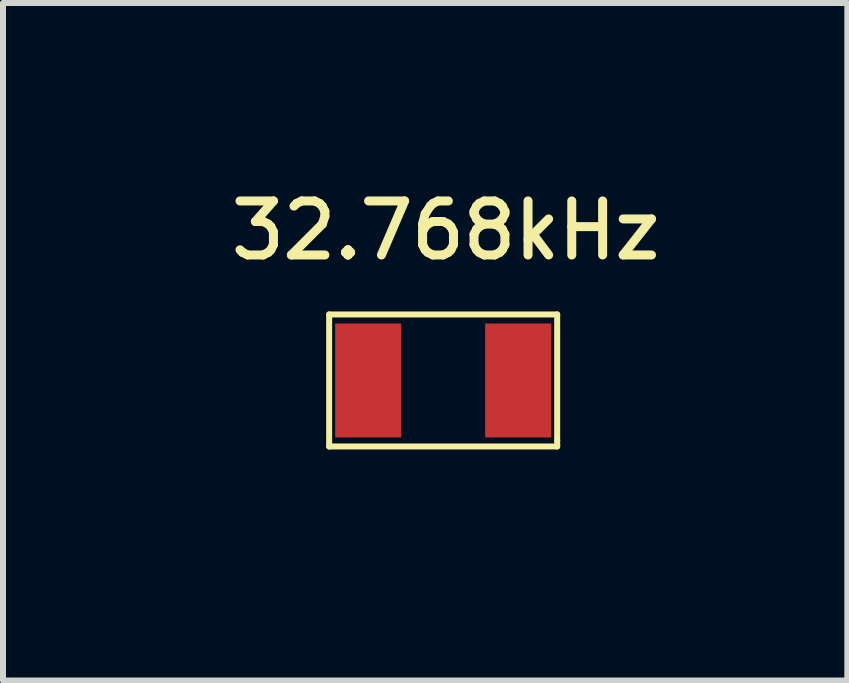
<source format=kicad_pcb>
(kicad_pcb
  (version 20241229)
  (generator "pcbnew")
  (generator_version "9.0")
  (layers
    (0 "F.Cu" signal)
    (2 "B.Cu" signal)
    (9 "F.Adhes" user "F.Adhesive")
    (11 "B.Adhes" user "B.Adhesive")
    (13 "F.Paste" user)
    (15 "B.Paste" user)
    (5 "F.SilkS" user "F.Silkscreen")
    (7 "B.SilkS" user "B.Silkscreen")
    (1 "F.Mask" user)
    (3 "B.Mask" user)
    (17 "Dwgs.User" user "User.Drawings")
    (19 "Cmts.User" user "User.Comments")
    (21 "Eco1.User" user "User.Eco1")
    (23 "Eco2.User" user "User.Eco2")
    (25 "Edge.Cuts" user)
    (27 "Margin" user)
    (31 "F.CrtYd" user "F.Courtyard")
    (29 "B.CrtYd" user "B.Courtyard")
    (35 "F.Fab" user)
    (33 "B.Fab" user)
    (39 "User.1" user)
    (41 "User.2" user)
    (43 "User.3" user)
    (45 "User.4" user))
  (footprint "K135"
    (layer "F.Cu")
    (at 4.335 3.29)
    (property "Reference" "K135" (at 0 2 0) (layer "F.SilkS") (effects (font (size 0.001 0.001) (thickness 0.15))))
    (attr through_hole)
    (fp_line (start -1.9 -1.1) (end 1.9 -1.1) (stroke (width 0.1) (type solid)) (layer "F.SilkS"))
    (fp_line (start -1.9 1.1) (end -1.9 -1.1) (stroke (width 0.1) (type solid)) (layer "F.SilkS"))
    (fp_line (start 1.9 -1.1) (end 1.9 1) (stroke (width 0.1) (type solid)) (layer "F.SilkS"))
    (fp_line (start 1.9 1.1) (end -1.9 1.1) (stroke (width 0.1) (type solid)) (layer "F.SilkS"))
    (fp_line (start 1.9 1.1) (end 1.9 1) (stroke (width 0.1) (type solid)) (layer "F.SilkS"))
    (fp_text user " 32.768kHz" (at -0.3 -2.5 0) (layer "F.SilkS") (effects (font (size 0.9 0.9) (thickness 0.15))))
    (pad "1" smd rect (at -1.25 0) (size 1.1 1.9) (layers "F.Cu" "F.Mask" "F.Paste"))
    (pad "2" smd rect (at 1.25 0) (size 1.1 1.9) (layers "F.Cu" "F.Mask" "F.Paste")))
  (gr_rect
    (start -3 -3)
    (end 11.07 8.291)
    (stroke (width 0.1) (type default))
    (fill no)
    (layer "Edge.Cuts")))
</source>
